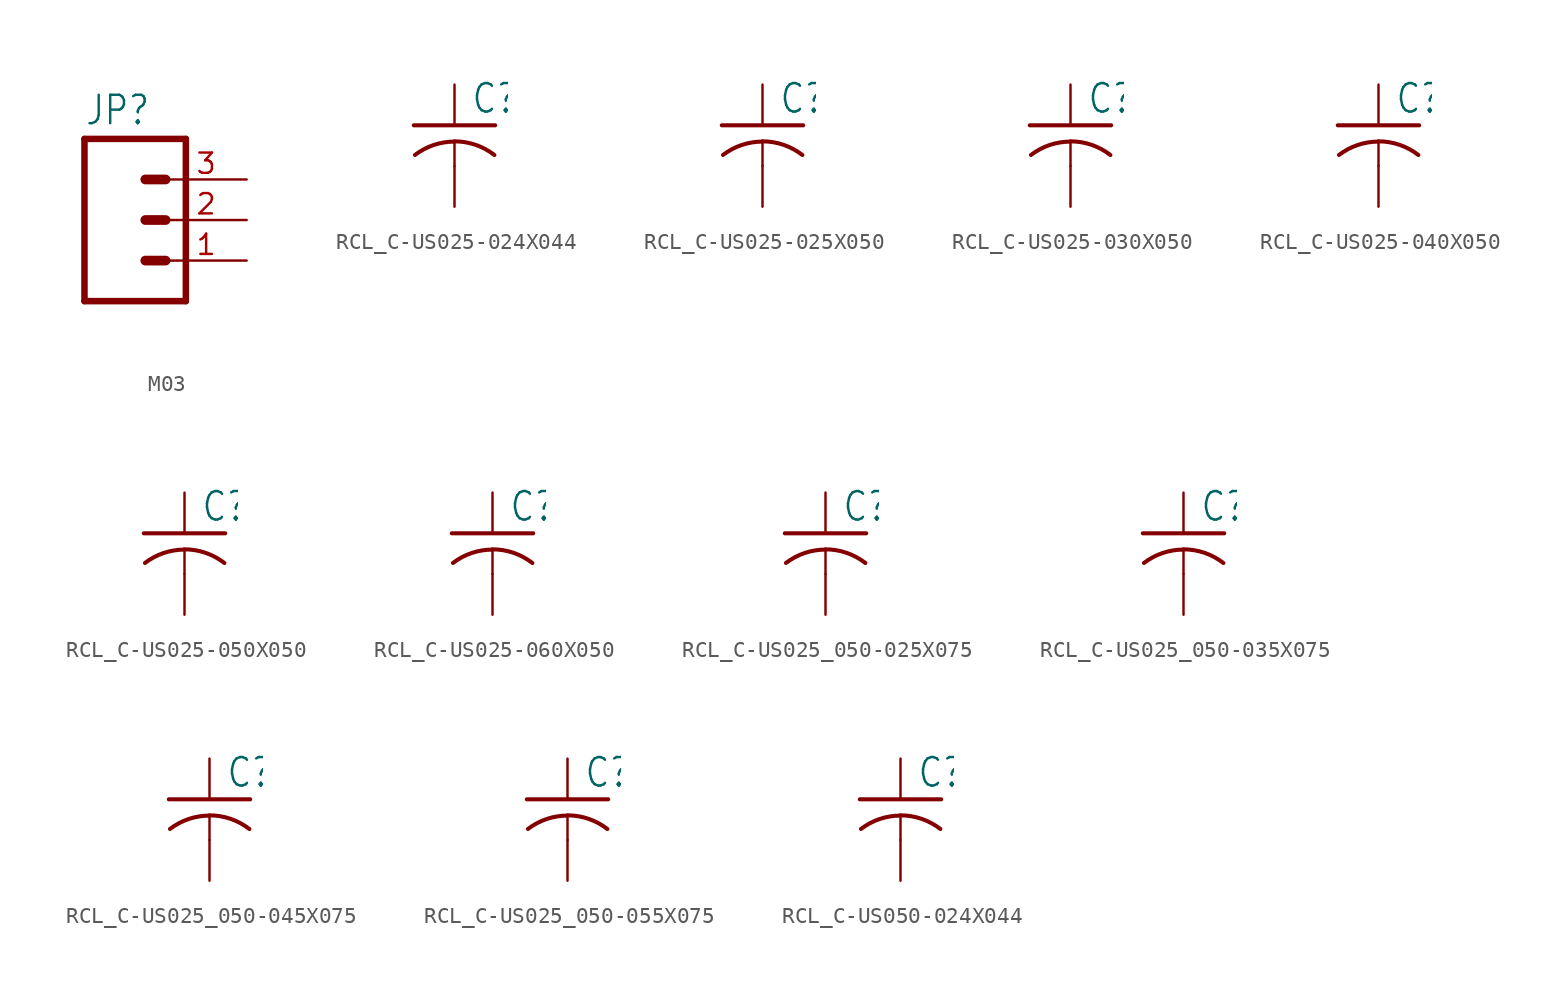
<source format=kicad_sym>
(kicad_symbol_lib
  (version 20220914)
  (generator kicad_symbol_editor)
  (symbol "M03"
    (property "Reference" "JP"
      (at -2.54 5.842 0)
      (effects (font (size 1.778 1.511)) (justify left bottom)))
    (property "Value" ""
      (at -2.54 -7.62 0)
      (effects (font (size 1.778 1.511)) (justify left bottom)))
    (property "ki_locked" ""
      (at 0 0 0)
      (effects (font (size 1.27 1.27))))
    (symbol "M03_1_0"
      (polyline (pts (xy -2.54 5.08) (xy -2.54 -5.08)) (stroke (width 0.406) (type solid)) (fill (type none)))
      (polyline (pts (xy -2.54 5.08) (xy 3.81 5.08)) (stroke (width 0.406) (type solid)) (fill (type none)))
      (polyline (pts (xy 1.27 -2.54) (xy 2.54 -2.54)) (stroke (width 0.61) (type solid)) (fill (type none)))
      (polyline (pts (xy 1.27 0) (xy 2.54 0)) (stroke (width 0.61) (type solid)) (fill (type none)))
      (polyline (pts (xy 1.27 2.54) (xy 2.54 2.54)) (stroke (width 0.61) (type solid)) (fill (type none)))
      (polyline (pts (xy 3.81 -5.08) (xy -2.54 -5.08)) (stroke (width 0.406) (type solid)) (fill (type none)))
      (polyline (pts (xy 3.81 -5.08) (xy 3.81 5.08)) (stroke (width 0.406) (type solid)) (fill (type none)))
      (pin passive line (at 7.62 -2.54 180) (length 5.08) (name "1" (effects (font (size 0 0)))) (number "1" (effects (font (size 1.27 1.27)))))
      (pin passive line (at 7.62 0 180) (length 5.08) (name "2" (effects (font (size 0 0)))) (number "2" (effects (font (size 1.27 1.27)))))
      (pin passive line (at 7.62 2.54 180) (length 5.08) (name "3" (effects (font (size 0 0)))) (number "3" (effects (font (size 1.27 1.27)))))))
  (symbol "RCL_C-US025-024X044"
    (property "Reference" "C"
      (at 1.016 0.635 0)
      (effects (font (size 1.778 1.511)) (justify left bottom)))
    (property "Value" ""
      (at 1.016 -4.191 0)
      (effects (font (size 1.778 1.511)) (justify left bottom)))
    (property "ki_locked" ""
      (at 0 0 0)
      (effects (font (size 1.27 1.27))))
    (symbol "RCL_C-US025-024X044_1_0"
      (arc (start 0 -1.0161) (mid -1.302 -1.2303) (end -2.4668 -1.8504) (stroke (width 0.254) (type solid)) (fill (type none)))
      (polyline (pts (xy -2.54 0) (xy 2.54 0)) (stroke (width 0.254) (type solid)) (fill (type none)))
      (polyline (pts (xy 0 -1.016) (xy 0 -2.54)) (stroke (width 0.152) (type solid)) (fill (type none)))
      (polyline (pts (xy 0 -1.016) (xy 0 -1.016)) (stroke (width 0.152) (type solid)) (fill (type none)))
      (arc (start 2.4892 -1.8541) (mid 1.3158 -1.2194) (end 0 -1) (stroke (width 0.254) (type solid)) (fill (type none)))
      (pin passive line (at 0 2.54 270) (length 2.54) (name "1" (effects (font (size 0 0)))) (number "1" (effects (font (size 0 0)))))
      (pin passive line (at 0 -5.08 90) (length 2.54) (name "2" (effects (font (size 0 0)))) (number "2" (effects (font (size 0 0)))))))
  (symbol "RCL_C-US025-025X050"
    (property "Reference" "C"
      (at 1.016 0.635 0)
      (effects (font (size 1.778 1.511)) (justify left bottom)))
    (property "Value" ""
      (at 1.016 -4.191 0)
      (effects (font (size 1.778 1.511)) (justify left bottom)))
    (property "ki_locked" ""
      (at 0 0 0)
      (effects (font (size 1.27 1.27))))
    (symbol "RCL_C-US025-025X050_1_0"
      (arc (start 0 -1.0161) (mid -1.302 -1.2303) (end -2.4668 -1.8504) (stroke (width 0.254) (type solid)) (fill (type none)))
      (polyline (pts (xy -2.54 0) (xy 2.54 0)) (stroke (width 0.254) (type solid)) (fill (type none)))
      (polyline (pts (xy 0 -1.016) (xy 0 -2.54)) (stroke (width 0.152) (type solid)) (fill (type none)))
      (polyline (pts (xy 0 -1.016) (xy 0 -1.016)) (stroke (width 0.152) (type solid)) (fill (type none)))
      (arc (start 2.4892 -1.8541) (mid 1.3158 -1.2194) (end 0 -1) (stroke (width 0.254) (type solid)) (fill (type none)))
      (pin passive line (at 0 2.54 270) (length 2.54) (name "1" (effects (font (size 0 0)))) (number "1" (effects (font (size 0 0)))))
      (pin passive line (at 0 -5.08 90) (length 2.54) (name "2" (effects (font (size 0 0)))) (number "2" (effects (font (size 0 0)))))))
  (symbol "RCL_C-US025-030X050"
    (property "Reference" "C"
      (at 1.016 0.635 0)
      (effects (font (size 1.778 1.511)) (justify left bottom)))
    (property "Value" ""
      (at 1.016 -4.191 0)
      (effects (font (size 1.778 1.511)) (justify left bottom)))
    (property "ki_locked" ""
      (at 0 0 0)
      (effects (font (size 1.27 1.27))))
    (symbol "RCL_C-US025-030X050_1_0"
      (arc (start 0 -1.0161) (mid -1.302 -1.2303) (end -2.4668 -1.8504) (stroke (width 0.254) (type solid)) (fill (type none)))
      (polyline (pts (xy -2.54 0) (xy 2.54 0)) (stroke (width 0.254) (type solid)) (fill (type none)))
      (polyline (pts (xy 0 -1.016) (xy 0 -2.54)) (stroke (width 0.152) (type solid)) (fill (type none)))
      (polyline (pts (xy 0 -1.016) (xy 0 -1.016)) (stroke (width 0.152) (type solid)) (fill (type none)))
      (arc (start 2.4892 -1.8541) (mid 1.3158 -1.2194) (end 0 -1) (stroke (width 0.254) (type solid)) (fill (type none)))
      (pin passive line (at 0 2.54 270) (length 2.54) (name "1" (effects (font (size 0 0)))) (number "1" (effects (font (size 0 0)))))
      (pin passive line (at 0 -5.08 90) (length 2.54) (name "2" (effects (font (size 0 0)))) (number "2" (effects (font (size 0 0)))))))
  (symbol "RCL_C-US025-040X050"
    (property "Reference" "C"
      (at 1.016 0.635 0)
      (effects (font (size 1.778 1.511)) (justify left bottom)))
    (property "Value" ""
      (at 1.016 -4.191 0)
      (effects (font (size 1.778 1.511)) (justify left bottom)))
    (property "ki_locked" ""
      (at 0 0 0)
      (effects (font (size 1.27 1.27))))
    (symbol "RCL_C-US025-040X050_1_0"
      (arc (start 0 -1.0161) (mid -1.302 -1.2303) (end -2.4668 -1.8504) (stroke (width 0.254) (type solid)) (fill (type none)))
      (polyline (pts (xy -2.54 0) (xy 2.54 0)) (stroke (width 0.254) (type solid)) (fill (type none)))
      (polyline (pts (xy 0 -1.016) (xy 0 -2.54)) (stroke (width 0.152) (type solid)) (fill (type none)))
      (polyline (pts (xy 0 -1.016) (xy 0 -1.016)) (stroke (width 0.152) (type solid)) (fill (type none)))
      (arc (start 2.4892 -1.8541) (mid 1.3158 -1.2194) (end 0 -1) (stroke (width 0.254) (type solid)) (fill (type none)))
      (pin passive line (at 0 2.54 270) (length 2.54) (name "1" (effects (font (size 0 0)))) (number "1" (effects (font (size 0 0)))))
      (pin passive line (at 0 -5.08 90) (length 2.54) (name "2" (effects (font (size 0 0)))) (number "2" (effects (font (size 0 0)))))))
  (symbol "RCL_C-US025-050X050"
    (property "Reference" "C"
      (at 1.016 0.635 0)
      (effects (font (size 1.778 1.511)) (justify left bottom)))
    (property "Value" ""
      (at 1.016 -4.191 0)
      (effects (font (size 1.778 1.511)) (justify left bottom)))
    (property "ki_locked" ""
      (at 0 0 0)
      (effects (font (size 1.27 1.27))))
    (symbol "RCL_C-US025-050X050_1_0"
      (arc (start 0 -1.0161) (mid -1.302 -1.2303) (end -2.4668 -1.8504) (stroke (width 0.254) (type solid)) (fill (type none)))
      (polyline (pts (xy -2.54 0) (xy 2.54 0)) (stroke (width 0.254) (type solid)) (fill (type none)))
      (polyline (pts (xy 0 -1.016) (xy 0 -2.54)) (stroke (width 0.152) (type solid)) (fill (type none)))
      (polyline (pts (xy 0 -1.016) (xy 0 -1.016)) (stroke (width 0.152) (type solid)) (fill (type none)))
      (arc (start 2.4892 -1.8541) (mid 1.3158 -1.2194) (end 0 -1) (stroke (width 0.254) (type solid)) (fill (type none)))
      (pin passive line (at 0 2.54 270) (length 2.54) (name "1" (effects (font (size 0 0)))) (number "1" (effects (font (size 0 0)))))
      (pin passive line (at 0 -5.08 90) (length 2.54) (name "2" (effects (font (size 0 0)))) (number "2" (effects (font (size 0 0)))))))
  (symbol "RCL_C-US025-060X050"
    (property "Reference" "C"
      (at 1.016 0.635 0)
      (effects (font (size 1.778 1.511)) (justify left bottom)))
    (property "Value" ""
      (at 1.016 -4.191 0)
      (effects (font (size 1.778 1.511)) (justify left bottom)))
    (property "ki_locked" ""
      (at 0 0 0)
      (effects (font (size 1.27 1.27))))
    (symbol "RCL_C-US025-060X050_1_0"
      (arc (start 0 -1.0161) (mid -1.302 -1.2303) (end -2.4668 -1.8504) (stroke (width 0.254) (type solid)) (fill (type none)))
      (polyline (pts (xy -2.54 0) (xy 2.54 0)) (stroke (width 0.254) (type solid)) (fill (type none)))
      (polyline (pts (xy 0 -1.016) (xy 0 -2.54)) (stroke (width 0.152) (type solid)) (fill (type none)))
      (polyline (pts (xy 0 -1.016) (xy 0 -1.016)) (stroke (width 0.152) (type solid)) (fill (type none)))
      (arc (start 2.4892 -1.8541) (mid 1.3158 -1.2194) (end 0 -1) (stroke (width 0.254) (type solid)) (fill (type none)))
      (pin passive line (at 0 2.54 270) (length 2.54) (name "1" (effects (font (size 0 0)))) (number "1" (effects (font (size 0 0)))))
      (pin passive line (at 0 -5.08 90) (length 2.54) (name "2" (effects (font (size 0 0)))) (number "2" (effects (font (size 0 0)))))))
  (symbol "RCL_C-US025_050-025X075"
    (property "Reference" "C"
      (at 1.016 0.635 0)
      (effects (font (size 1.778 1.511)) (justify left bottom)))
    (property "Value" ""
      (at 1.016 -4.191 0)
      (effects (font (size 1.778 1.511)) (justify left bottom)))
    (property "ki_locked" ""
      (at 0 0 0)
      (effects (font (size 1.27 1.27))))
    (symbol "RCL_C-US025_050-025X075_1_0"
      (arc (start 0 -1.0161) (mid -1.302 -1.2303) (end -2.4668 -1.8504) (stroke (width 0.254) (type solid)) (fill (type none)))
      (polyline (pts (xy -2.54 0) (xy 2.54 0)) (stroke (width 0.254) (type solid)) (fill (type none)))
      (polyline (pts (xy 0 -1.016) (xy 0 -2.54)) (stroke (width 0.152) (type solid)) (fill (type none)))
      (polyline (pts (xy 0 -1.016) (xy 0 -1.016)) (stroke (width 0.152) (type solid)) (fill (type none)))
      (arc (start 2.4892 -1.8541) (mid 1.3158 -1.2194) (end 0 -1) (stroke (width 0.254) (type solid)) (fill (type none)))
      (pin passive line (at 0 2.54 270) (length 2.54) (name "1" (effects (font (size 0 0)))) (number "1" (effects (font (size 0 0)))))
      (pin passive line (at 0 -5.08 90) (length 2.54) (name "2" (effects (font (size 0 0)))) (number "2" (effects (font (size 0 0)))))))
  (symbol "RCL_C-US025_050-035X075"
    (property "Reference" "C"
      (at 1.016 0.635 0)
      (effects (font (size 1.778 1.511)) (justify left bottom)))
    (property "Value" ""
      (at 1.016 -4.191 0)
      (effects (font (size 1.778 1.511)) (justify left bottom)))
    (property "ki_locked" ""
      (at 0 0 0)
      (effects (font (size 1.27 1.27))))
    (symbol "RCL_C-US025_050-035X075_1_0"
      (arc (start 0 -1.0161) (mid -1.302 -1.2303) (end -2.4668 -1.8504) (stroke (width 0.254) (type solid)) (fill (type none)))
      (polyline (pts (xy -2.54 0) (xy 2.54 0)) (stroke (width 0.254) (type solid)) (fill (type none)))
      (polyline (pts (xy 0 -1.016) (xy 0 -2.54)) (stroke (width 0.152) (type solid)) (fill (type none)))
      (polyline (pts (xy 0 -1.016) (xy 0 -1.016)) (stroke (width 0.152) (type solid)) (fill (type none)))
      (arc (start 2.4892 -1.8541) (mid 1.3158 -1.2194) (end 0 -1) (stroke (width 0.254) (type solid)) (fill (type none)))
      (pin passive line (at 0 2.54 270) (length 2.54) (name "1" (effects (font (size 0 0)))) (number "1" (effects (font (size 0 0)))))
      (pin passive line (at 0 -5.08 90) (length 2.54) (name "2" (effects (font (size 0 0)))) (number "2" (effects (font (size 0 0)))))))
  (symbol "RCL_C-US025_050-045X075"
    (property "Reference" "C"
      (at 1.016 0.635 0)
      (effects (font (size 1.778 1.511)) (justify left bottom)))
    (property "Value" ""
      (at 1.016 -4.191 0)
      (effects (font (size 1.778 1.511)) (justify left bottom)))
    (property "ki_locked" ""
      (at 0 0 0)
      (effects (font (size 1.27 1.27))))
    (symbol "RCL_C-US025_050-045X075_1_0"
      (arc (start 0 -1.0161) (mid -1.302 -1.2303) (end -2.4668 -1.8504) (stroke (width 0.254) (type solid)) (fill (type none)))
      (polyline (pts (xy -2.54 0) (xy 2.54 0)) (stroke (width 0.254) (type solid)) (fill (type none)))
      (polyline (pts (xy 0 -1.016) (xy 0 -2.54)) (stroke (width 0.152) (type solid)) (fill (type none)))
      (polyline (pts (xy 0 -1.016) (xy 0 -1.016)) (stroke (width 0.152) (type solid)) (fill (type none)))
      (arc (start 2.4892 -1.8541) (mid 1.3158 -1.2194) (end 0 -1) (stroke (width 0.254) (type solid)) (fill (type none)))
      (pin passive line (at 0 2.54 270) (length 2.54) (name "1" (effects (font (size 0 0)))) (number "1" (effects (font (size 0 0)))))
      (pin passive line (at 0 -5.08 90) (length 2.54) (name "2" (effects (font (size 0 0)))) (number "2" (effects (font (size 0 0)))))))
  (symbol "RCL_C-US025_050-055X075"
    (property "Reference" "C"
      (at 1.016 0.635 0)
      (effects (font (size 1.778 1.511)) (justify left bottom)))
    (property "Value" ""
      (at 1.016 -4.191 0)
      (effects (font (size 1.778 1.511)) (justify left bottom)))
    (property "ki_locked" ""
      (at 0 0 0)
      (effects (font (size 1.27 1.27))))
    (symbol "RCL_C-US025_050-055X075_1_0"
      (arc (start 0 -1.0161) (mid -1.302 -1.2303) (end -2.4668 -1.8504) (stroke (width 0.254) (type solid)) (fill (type none)))
      (polyline (pts (xy -2.54 0) (xy 2.54 0)) (stroke (width 0.254) (type solid)) (fill (type none)))
      (polyline (pts (xy 0 -1.016) (xy 0 -2.54)) (stroke (width 0.152) (type solid)) (fill (type none)))
      (polyline (pts (xy 0 -1.016) (xy 0 -1.016)) (stroke (width 0.152) (type solid)) (fill (type none)))
      (arc (start 2.4892 -1.8541) (mid 1.3158 -1.2194) (end 0 -1) (stroke (width 0.254) (type solid)) (fill (type none)))
      (pin passive line (at 0 2.54 270) (length 2.54) (name "1" (effects (font (size 0 0)))) (number "1" (effects (font (size 0 0)))))
      (pin passive line (at 0 -5.08 90) (length 2.54) (name "2" (effects (font (size 0 0)))) (number "2" (effects (font (size 0 0)))))))
  (symbol "RCL_C-US050-024X044"
    (property "Reference" "C"
      (at 1.016 0.635 0)
      (effects (font (size 1.778 1.511)) (justify left bottom)))
    (property "Value" ""
      (at 1.016 -4.191 0)
      (effects (font (size 1.778 1.511)) (justify left bottom)))
    (property "ki_locked" ""
      (at 0 0 0)
      (effects (font (size 1.27 1.27))))
    (symbol "RCL_C-US050-024X044_1_0"
      (arc (start 0 -1.0161) (mid -1.302 -1.2303) (end -2.4668 -1.8504) (stroke (width 0.254) (type solid)) (fill (type none)))
      (polyline (pts (xy -2.54 0) (xy 2.54 0)) (stroke (width 0.254) (type solid)) (fill (type none)))
      (polyline (pts (xy 0 -1.016) (xy 0 -2.54)) (stroke (width 0.152) (type solid)) (fill (type none)))
      (polyline (pts (xy 0 -1.016) (xy 0 -1.016)) (stroke (width 0.152) (type solid)) (fill (type none)))
      (arc (start 2.4892 -1.8541) (mid 1.3158 -1.2194) (end 0 -1) (stroke (width 0.254) (type solid)) (fill (type none)))
      (pin passive line (at 0 2.54 270) (length 2.54) (name "1" (effects (font (size 0 0)))) (number "1" (effects (font (size 0 0)))))
      (pin passive line (at 0 -5.08 90) (length 2.54) (name "2" (effects (font (size 0 0)))) (number "2" (effects (font (size 0 0))))))))
</source>
